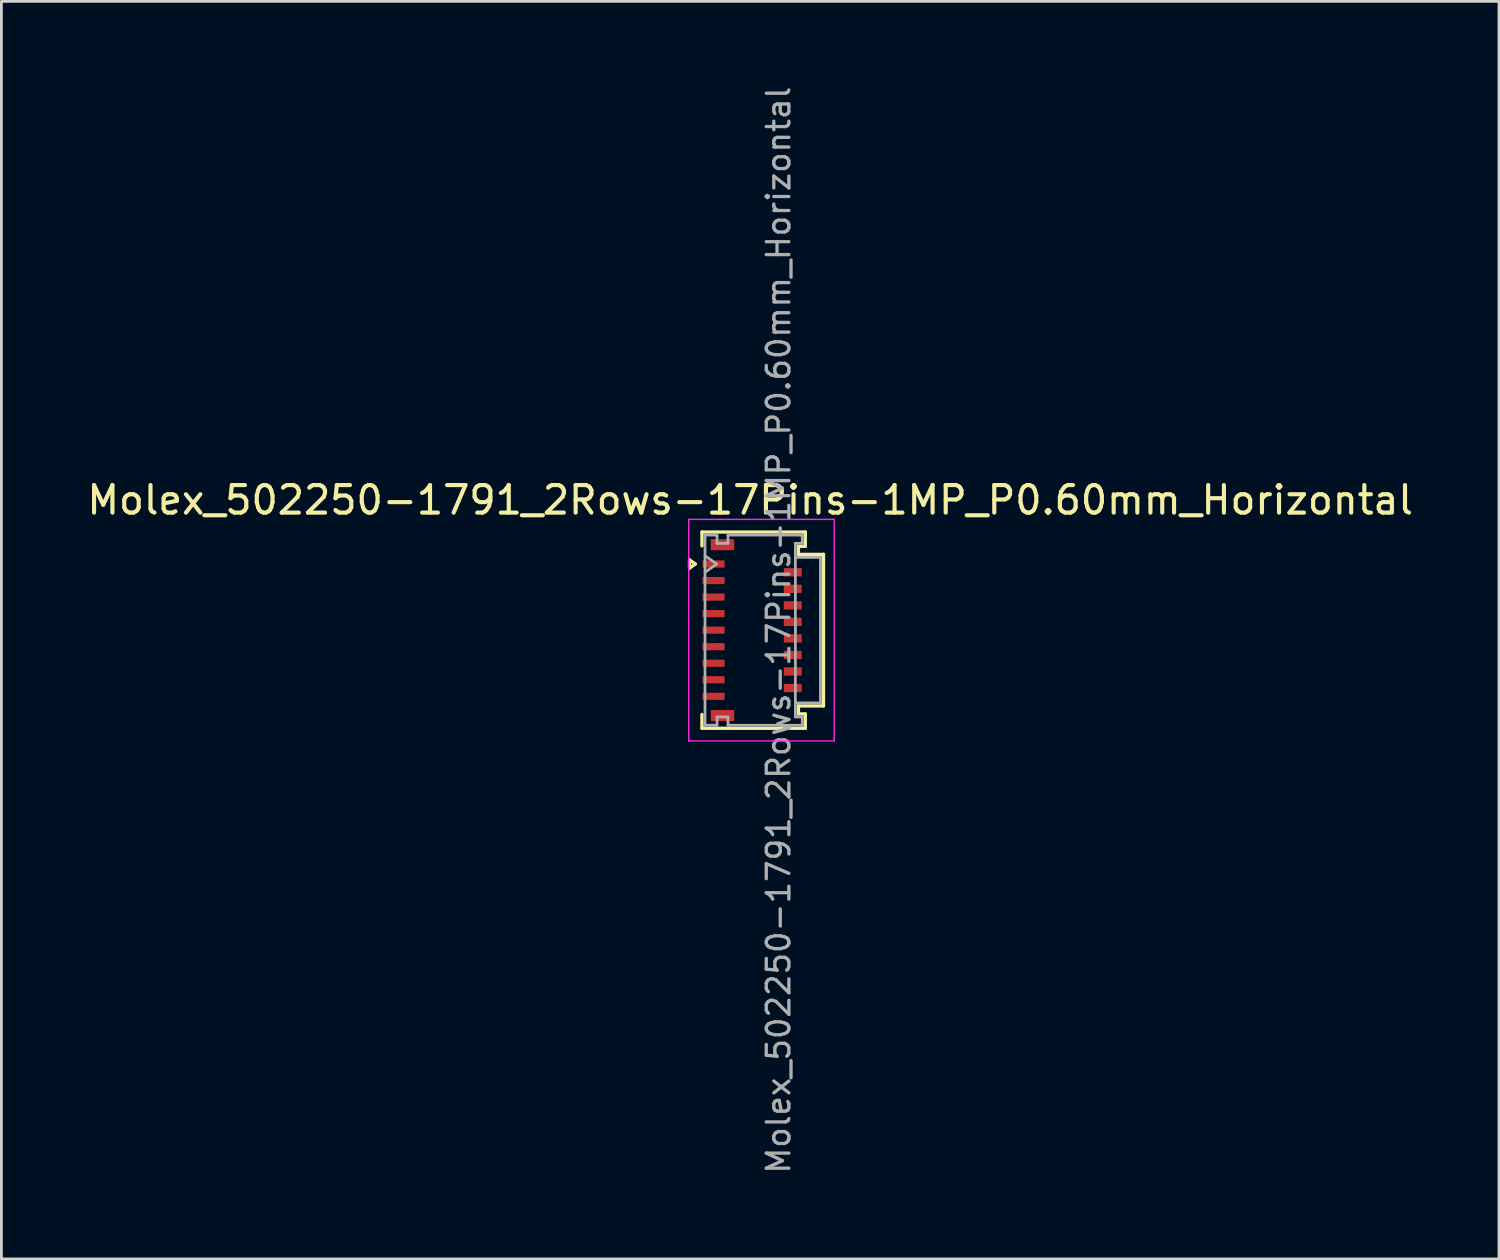
<source format=kicad_pcb>
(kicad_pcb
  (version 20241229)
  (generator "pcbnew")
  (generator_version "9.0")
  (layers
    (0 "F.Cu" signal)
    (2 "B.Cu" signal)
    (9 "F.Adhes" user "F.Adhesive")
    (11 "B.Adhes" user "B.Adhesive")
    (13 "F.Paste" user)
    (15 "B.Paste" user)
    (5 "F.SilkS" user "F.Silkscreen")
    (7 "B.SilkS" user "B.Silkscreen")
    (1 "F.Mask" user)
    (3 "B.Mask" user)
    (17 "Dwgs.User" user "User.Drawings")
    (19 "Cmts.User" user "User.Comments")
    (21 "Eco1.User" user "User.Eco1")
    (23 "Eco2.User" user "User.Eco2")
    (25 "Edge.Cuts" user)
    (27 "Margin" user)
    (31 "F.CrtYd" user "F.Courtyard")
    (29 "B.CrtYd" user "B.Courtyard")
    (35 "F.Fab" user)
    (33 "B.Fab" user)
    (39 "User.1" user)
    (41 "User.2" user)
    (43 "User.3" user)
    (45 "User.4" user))
  (footprint "Molex_502250-1791_2Rows-17Pins-1MP_P0.60mm_Horizontal"
    (layer "F.Cu")
    (at 24.243 19.817)
    (property "Reference" "Molex_502250-1791_2Rows-17Pins-1MP_P0.60mm_Horizontal" (at -0.07 -4.72 0) (layer "F.SilkS") (effects (font (size 1 1) (thickness 0.15))))
    (attr smd)
    (fp_line (start -2.272 -2.55) (end -2.06 -2.4) (stroke (width 0.12) (type solid)) (layer "F.SilkS"))
    (fp_line (start -2.272 -2.25) (end -2.272 -2.55) (stroke (width 0.12) (type solid)) (layer "F.SilkS"))
    (fp_line (start -2.06 -2.4) (end -2.272 -2.25) (stroke (width 0.12) (type solid)) (layer "F.SilkS"))
    (fp_line (start -1.82 -3.56) (end 1.93 -3.56) (stroke (width 0.12) (type solid)) (layer "F.SilkS"))
    (fp_line (start -1.82 -3.06) (end -1.82 -3.56) (stroke (width 0.12) (type solid)) (layer "F.SilkS"))
    (fp_line (start -1.82 3.06) (end -1.82 3.56) (stroke (width 0.12) (type solid)) (layer "F.SilkS"))
    (fp_line (start -1.82 3.56) (end 1.93 3.56) (stroke (width 0.12) (type solid)) (layer "F.SilkS"))
    (fp_line (start 1.68 -3.04) (end 1.68 -2.75) (stroke (width 0.12) (type solid)) (layer "F.SilkS"))
    (fp_line (start 1.68 -2.75) (end 2.59 -2.75) (stroke (width 0.12) (type solid)) (layer "F.SilkS"))
    (fp_line (start 1.68 2.75) (end 2.59 2.75) (stroke (width 0.12) (type solid)) (layer "F.SilkS"))
    (fp_line (start 1.68 3.04) (end 1.68 2.75) (stroke (width 0.12) (type solid)) (layer "F.SilkS"))
    (fp_line (start 1.93 -3.56) (end 1.93 -3.04) (stroke (width 0.12) (type solid)) (layer "F.SilkS"))
    (fp_line (start 1.93 -3.04) (end 1.68 -3.04) (stroke (width 0.12) (type solid)) (layer "F.SilkS"))
    (fp_line (start 1.93 3.04) (end 1.68 3.04) (stroke (width 0.12) (type solid)) (layer "F.SilkS"))
    (fp_line (start 1.93 3.56) (end 1.93 3.04) (stroke (width 0.12) (type solid)) (layer "F.SilkS"))
    (fp_line (start 2.59 -2.75) (end 2.59 0) (stroke (width 0.12) (type solid)) (layer "F.SilkS"))
    (fp_line (start 2.59 2.75) (end 2.59 0) (stroke (width 0.12) (type solid)) (layer "F.SilkS"))
    (fp_line (start -2.3 -4.02) (end -2.3 4.02) (stroke (width 0.05) (type solid)) (layer "F.CrtYd"))
    (fp_line (start -2.3 4.02) (end 2.98 4.02) (stroke (width 0.05) (type solid)) (layer "F.CrtYd"))
    (fp_line (start 2.98 -4.02) (end -2.3 -4.02) (stroke (width 0.05) (type solid)) (layer "F.CrtYd"))
    (fp_line (start 2.98 4.02) (end 2.98 -4.02) (stroke (width 0.05) (type solid)) (layer "F.CrtYd"))
    (fp_line (start -1.71 -3.45) (end -1.275 -3.45) (stroke (width 0.1) (type solid)) (layer "F.Fab"))
    (fp_line (start -1.71 -2.7) (end -1.286 -2.4) (stroke (width 0.1) (type solid)) (layer "F.Fab"))
    (fp_line (start -1.71 0) (end -1.71 -3.45) (stroke (width 0.1) (type solid)) (layer "F.Fab"))
    (fp_line (start -1.71 0) (end -1.71 3.45) (stroke (width 0.1) (type solid)) (layer "F.Fab"))
    (fp_line (start -1.71 3.45) (end -1.275 3.45) (stroke (width 0.1) (type solid)) (layer "F.Fab"))
    (fp_line (start -1.286 -2.4) (end -1.71 -2.1) (stroke (width 0.1) (type solid)) (layer "F.Fab"))
    (fp_line (start -1.275 -3.45) (end -1.275 -3.15) (stroke (width 0.1) (type solid)) (layer "F.Fab"))
    (fp_line (start -1.275 -3.15) (end -0.875 -3.15) (stroke (width 0.1) (type solid)) (layer "F.Fab"))
    (fp_line (start -1.275 3.15) (end -0.875 3.15) (stroke (width 0.1) (type solid)) (layer "F.Fab"))
    (fp_line (start -1.275 3.45) (end -1.275 3.15) (stroke (width 0.1) (type solid)) (layer "F.Fab"))
    (fp_line (start -0.875 -3.45) (end 1.82 -3.45) (stroke (width 0.1) (type solid)) (layer "F.Fab"))
    (fp_line (start -0.875 -3.15) (end -0.875 -3.45) (stroke (width 0.1) (type solid)) (layer "F.Fab"))
    (fp_line (start -0.875 3.15) (end -0.875 3.45) (stroke (width 0.1) (type solid)) (layer "F.Fab"))
    (fp_line (start -0.875 3.45) (end 1.82 3.45) (stroke (width 0.1) (type solid)) (layer "F.Fab"))
    (fp_line (start 1.57 -3.15) (end 1.57 0) (stroke (width 0.1) (type solid)) (layer "F.Fab"))
    (fp_line (start 1.57 -2.64) (end 2.48 -2.64) (stroke (width 0.1) (type solid)) (layer "F.Fab"))
    (fp_line (start 1.57 3.15) (end 1.57 0) (stroke (width 0.1) (type solid)) (layer "F.Fab"))
    (fp_line (start 1.82 -3.45) (end 1.82 -3.15) (stroke (width 0.1) (type solid)) (layer "F.Fab"))
    (fp_line (start 1.82 -3.15) (end 1.57 -3.15) (stroke (width 0.1) (type solid)) (layer "F.Fab"))
    (fp_line (start 1.82 3.15) (end 1.57 3.15) (stroke (width 0.1) (type solid)) (layer "F.Fab"))
    (fp_line (start 1.82 3.45) (end 1.82 3.15) (stroke (width 0.1) (type solid)) (layer "F.Fab"))
    (fp_line (start 2.48 -2.64) (end 2.48 2.64) (stroke (width 0.1) (type solid)) (layer "F.Fab"))
    (fp_line (start 2.48 2.64) (end 1.57 2.64) (stroke (width 0.1) (type solid)) (layer "F.Fab"))
    (fp_text user "${REFERENCE}" (at 0.96 0 90) (layer "F.Fab") (effects (font (size 0.82 0.82) (thickness 0.12))))
    (pad "1" smd rect (at -1.4 -2.4) (size 0.8 0.26) (layers "F.Cu" "F.Mask" "F.Paste"))
    (pad "2" smd rect (at 1.475 -2.1) (size 0.65 0.3) (layers "F.Cu" "F.Mask" "F.Paste"))
    (pad "3" smd rect (at -1.4 -1.8) (size 0.8 0.26) (layers "F.Cu" "F.Mask" "F.Paste"))
    (pad "4" smd rect (at 1.475 -1.5) (size 0.65 0.3) (layers "F.Cu" "F.Mask" "F.Paste"))
    (pad "5" smd rect (at -1.4 -1.2) (size 0.8 0.26) (layers "F.Cu" "F.Mask" "F.Paste"))
    (pad "6" smd rect (at 1.475 -0.9) (size 0.65 0.3) (layers "F.Cu" "F.Mask" "F.Paste"))
    (pad "7" smd rect (at -1.4 -0.6) (size 0.8 0.26) (layers "F.Cu" "F.Mask" "F.Paste"))
    (pad "8" smd rect (at 1.475 -0.3) (size 0.65 0.3) (layers "F.Cu" "F.Mask" "F.Paste"))
    (pad "9" smd rect (at -1.4 0) (size 0.8 0.26) (layers "F.Cu" "F.Mask" "F.Paste"))
    (pad "10" smd rect (at 1.475 0.3) (size 0.65 0.3) (layers "F.Cu" "F.Mask" "F.Paste"))
    (pad "11" smd rect (at -1.4 0.6) (size 0.8 0.26) (layers "F.Cu" "F.Mask" "F.Paste"))
    (pad "12" smd rect (at 1.475 0.9) (size 0.65 0.3) (layers "F.Cu" "F.Mask" "F.Paste"))
    (pad "13" smd rect (at -1.4 1.2) (size 0.8 0.26) (layers "F.Cu" "F.Mask" "F.Paste"))
    (pad "14" smd rect (at 1.475 1.5) (size 0.65 0.3) (layers "F.Cu" "F.Mask" "F.Paste"))
    (pad "15" smd rect (at -1.4 1.8) (size 0.8 0.26) (layers "F.Cu" "F.Mask" "F.Paste"))
    (pad "16" smd rect (at 1.475 2.1) (size 0.65 0.3) (layers "F.Cu" "F.Mask" "F.Paste"))
    (pad "17" smd rect (at -1.4 2.4) (size 0.8 0.26) (layers "F.Cu" "F.Mask" "F.Paste"))
    (pad "MP" smd rect (at -1.075 -3.1) (size 0.85 0.4) (layers "F.Cu" "F.Mask" "F.Paste"))
    (pad "MP" smd rect (at -1.075 3.1) (size 0.85 0.4) (layers "F.Cu" "F.Mask" "F.Paste")))
  (gr_rect
    (start -3 -3)
    (end 51.345 42.634)
    (stroke (width 0.1) (type default))
    (fill no)
    (layer "Edge.Cuts")))
</source>
